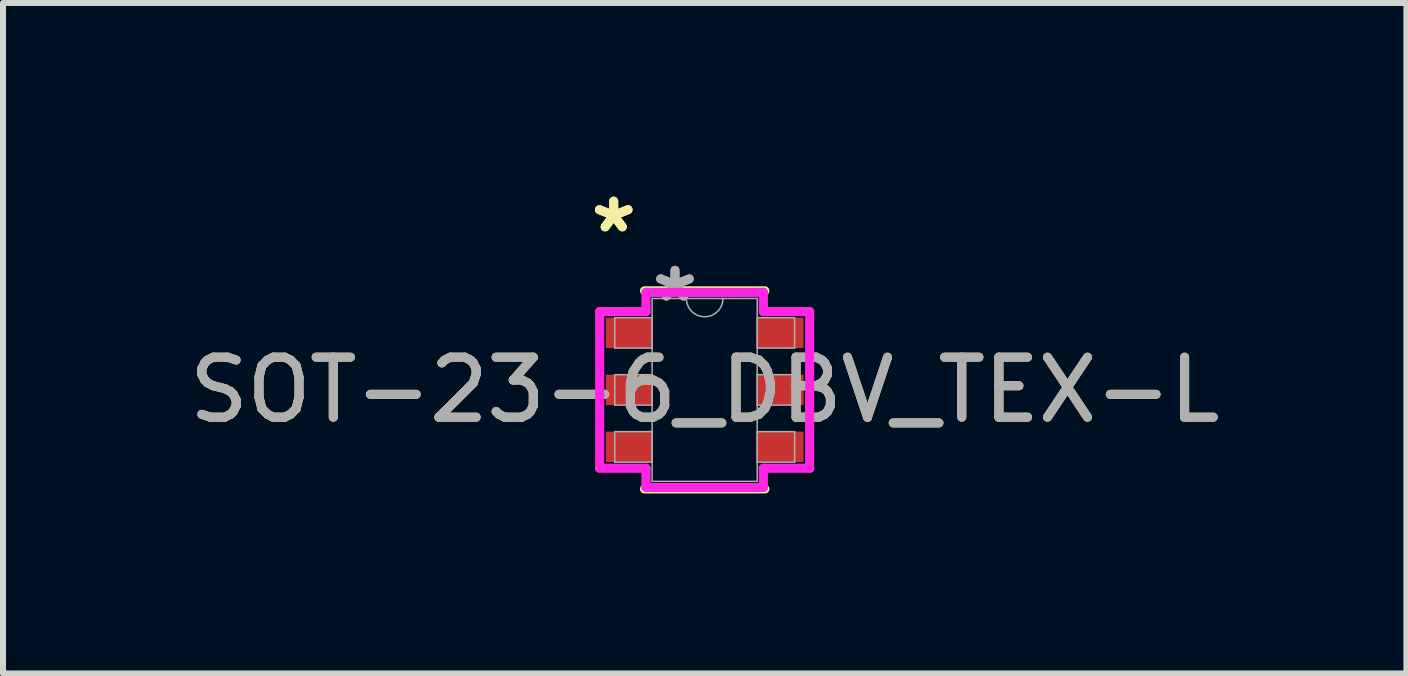
<source format=kicad_pcb>
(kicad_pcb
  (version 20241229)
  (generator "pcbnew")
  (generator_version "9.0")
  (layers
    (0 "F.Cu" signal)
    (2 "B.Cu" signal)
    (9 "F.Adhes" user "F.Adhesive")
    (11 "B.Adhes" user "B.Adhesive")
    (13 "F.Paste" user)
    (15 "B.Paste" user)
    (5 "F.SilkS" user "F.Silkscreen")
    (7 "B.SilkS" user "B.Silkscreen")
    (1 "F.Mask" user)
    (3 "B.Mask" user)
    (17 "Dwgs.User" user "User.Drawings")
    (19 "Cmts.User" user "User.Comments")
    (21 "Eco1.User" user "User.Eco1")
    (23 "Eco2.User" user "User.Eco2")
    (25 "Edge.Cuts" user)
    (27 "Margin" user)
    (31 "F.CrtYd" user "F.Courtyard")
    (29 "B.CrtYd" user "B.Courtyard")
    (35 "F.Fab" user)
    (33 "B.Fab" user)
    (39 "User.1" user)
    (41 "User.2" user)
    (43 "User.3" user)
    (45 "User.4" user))
  (footprint "SOT-23-6_DBV_TEX-L"
    (layer "F.Cu")
    (at 8.696 3.449)
    (property "Reference" "SOT-23-6_DBV_TEX-L" (at 0 0 0) (unlocked yes) (layer "F.SilkS") (effects (font (size 1 1) (thickness 0.15))))
    (attr smd)
    (fp_line (start -1.003 1.651) (end 1.003 1.651) (stroke (width 0.152) (type solid)) (layer "F.SilkS"))
    (fp_line (start 1.003 -1.651) (end -1.003 -1.651) (stroke (width 0.152) (type solid)) (layer "F.SilkS"))
    (fp_line (start -1.75 -1.306) (end -0.978 -1.306) (stroke (width 0.152) (type solid)) (layer "F.CrtYd"))
    (fp_line (start -1.75 1.306) (end -1.75 -1.306) (stroke (width 0.152) (type solid)) (layer "F.CrtYd"))
    (fp_line (start -1.75 1.306) (end -0.978 1.306) (stroke (width 0.152) (type solid)) (layer "F.CrtYd"))
    (fp_line (start -0.978 -1.626) (end 0.978 -1.626) (stroke (width 0.152) (type solid)) (layer "F.CrtYd"))
    (fp_line (start -0.978 -1.306) (end -0.978 -1.626) (stroke (width 0.152) (type solid)) (layer "F.CrtYd"))
    (fp_line (start -0.978 1.626) (end -0.978 1.306) (stroke (width 0.152) (type solid)) (layer "F.CrtYd"))
    (fp_line (start 0.978 -1.626) (end 0.978 -1.306) (stroke (width 0.152) (type solid)) (layer "F.CrtYd"))
    (fp_line (start 0.978 1.306) (end 0.978 1.626) (stroke (width 0.152) (type solid)) (layer "F.CrtYd"))
    (fp_line (start 0.978 1.626) (end -0.978 1.626) (stroke (width 0.152) (type solid)) (layer "F.CrtYd"))
    (fp_line (start 1.75 -1.306) (end 0.978 -1.306) (stroke (width 0.152) (type solid)) (layer "F.CrtYd"))
    (fp_line (start 1.75 -1.306) (end 1.75 1.306) (stroke (width 0.152) (type solid)) (layer "F.CrtYd"))
    (fp_line (start 1.75 1.306) (end 0.978 1.306) (stroke (width 0.152) (type solid)) (layer "F.CrtYd"))
    (fp_line (start -1.499 -1.204) (end -1.499 -0.696) (stroke (width 0.025) (type solid)) (layer "F.Fab"))
    (fp_line (start -1.499 -0.696) (end -0.876 -0.696) (stroke (width 0.025) (type solid)) (layer "F.Fab"))
    (fp_line (start -1.499 -0.254) (end -1.499 0.254) (stroke (width 0.025) (type solid)) (layer "F.Fab"))
    (fp_line (start -1.499 0.254) (end -0.876 0.254) (stroke (width 0.025) (type solid)) (layer "F.Fab"))
    (fp_line (start -1.499 0.696) (end -1.499 1.204) (stroke (width 0.025) (type solid)) (layer "F.Fab"))
    (fp_line (start -1.499 1.204) (end -0.876 1.204) (stroke (width 0.025) (type solid)) (layer "F.Fab"))
    (fp_line (start -0.876 -1.524) (end -0.876 1.524) (stroke (width 0.025) (type solid)) (layer "F.Fab"))
    (fp_line (start -0.876 -1.204) (end -1.499 -1.204) (stroke (width 0.025) (type solid)) (layer "F.Fab"))
    (fp_line (start -0.876 -0.696) (end -0.876 -1.204) (stroke (width 0.025) (type solid)) (layer "F.Fab"))
    (fp_line (start -0.876 -0.254) (end -1.499 -0.254) (stroke (width 0.025) (type solid)) (layer "F.Fab"))
    (fp_line (start -0.876 0.254) (end -0.876 -0.254) (stroke (width 0.025) (type solid)) (layer "F.Fab"))
    (fp_line (start -0.876 0.696) (end -1.499 0.696) (stroke (width 0.025) (type solid)) (layer "F.Fab"))
    (fp_line (start -0.876 1.204) (end -0.876 0.696) (stroke (width 0.025) (type solid)) (layer "F.Fab"))
    (fp_line (start -0.876 1.524) (end 0.876 1.524) (stroke (width 0.025) (type solid)) (layer "F.Fab"))
    (fp_line (start 0.876 -1.524) (end -0.876 -1.524) (stroke (width 0.025) (type solid)) (layer "F.Fab"))
    (fp_line (start 0.876 -1.204) (end 0.876 -0.696) (stroke (width 0.025) (type solid)) (layer "F.Fab"))
    (fp_line (start 0.876 -0.696) (end 1.499 -0.696) (stroke (width 0.025) (type solid)) (layer "F.Fab"))
    (fp_line (start 0.876 -0.254) (end 0.876 0.254) (stroke (width 0.025) (type solid)) (layer "F.Fab"))
    (fp_line (start 0.876 0.254) (end 1.499 0.254) (stroke (width 0.025) (type solid)) (layer "F.Fab"))
    (fp_line (start 0.876 0.696) (end 0.876 1.204) (stroke (width 0.025) (type solid)) (layer "F.Fab"))
    (fp_line (start 0.876 1.204) (end 1.499 1.204) (stroke (width 0.025) (type solid)) (layer "F.Fab"))
    (fp_line (start 0.876 1.524) (end 0.876 -1.524) (stroke (width 0.025) (type solid)) (layer "F.Fab"))
    (fp_line (start 1.499 -1.204) (end 0.876 -1.204) (stroke (width 0.025) (type solid)) (layer "F.Fab"))
    (fp_line (start 1.499 -0.696) (end 1.499 -1.204) (stroke (width 0.025) (type solid)) (layer "F.Fab"))
    (fp_line (start 1.499 -0.254) (end 0.876 -0.254) (stroke (width 0.025) (type solid)) (layer "F.Fab"))
    (fp_line (start 1.499 0.254) (end 1.499 -0.254) (stroke (width 0.025) (type solid)) (layer "F.Fab"))
    (fp_line (start 1.499 0.696) (end 0.876 0.696) (stroke (width 0.025) (type solid)) (layer "F.Fab"))
    (fp_line (start 1.499 1.204) (end 1.499 0.696) (stroke (width 0.025) (type solid)) (layer "F.Fab"))
    (fp_arc (start 0.3048 -1.524) (mid 0 -1.2192) (end -0.3048 -1.524) (stroke (width 0.0254) (type solid)) (layer "F.Fab"))
    (fp_text user "*" (at -1.516 -2.601 0) (layer "F.SilkS") (effects (font (size 1 1) (thickness 0.15))))
    (fp_text user "*" (at -1.516 -2.601 0) (unlocked yes) (layer "F.SilkS") (effects (font (size 1 1) (thickness 0.15))))
    (fp_text user "${REFERENCE}" (at 0 0 0) (unlocked yes) (layer "F.Fab") (effects (font (size 1 1) (thickness 0.15))))
    (fp_text user "*" (at -0.495 -1.448 0) (layer "F.Fab") (effects (font (size 1 1) (thickness 0.15))))
    (fp_text user "*" (at -0.495 -1.448 0) (unlocked yes) (layer "F.Fab") (effects (font (size 1 1) (thickness 0.15))))
    (pad "1" smd rect (at -1.262 -0.95) (size 0.772 0.508) (layers "F.Cu" "F.Mask" "F.Paste"))
    (pad "2" smd rect (at -1.262 0) (size 0.772 0.508) (layers "F.Cu" "F.Mask" "F.Paste"))
    (pad "3" smd rect (at -1.262 0.95) (size 0.772 0.508) (layers "F.Cu" "F.Mask" "F.Paste"))
    (pad "4" smd rect (at 1.262 0.95) (size 0.772 0.508) (layers "F.Cu" "F.Mask" "F.Paste"))
    (pad "5" smd rect (at 1.262 0) (size 0.772 0.508) (layers "F.Cu" "F.Mask" "F.Paste"))
    (pad "6" smd rect (at 1.262 -0.95) (size 0.772 0.508) (layers "F.Cu" "F.Mask" "F.Paste")))
  (gr_rect
    (start -3 -3)
    (end 20.393 8.176)
    (stroke (width 0.1) (type default))
    (fill no)
    (layer "Edge.Cuts")))
</source>
